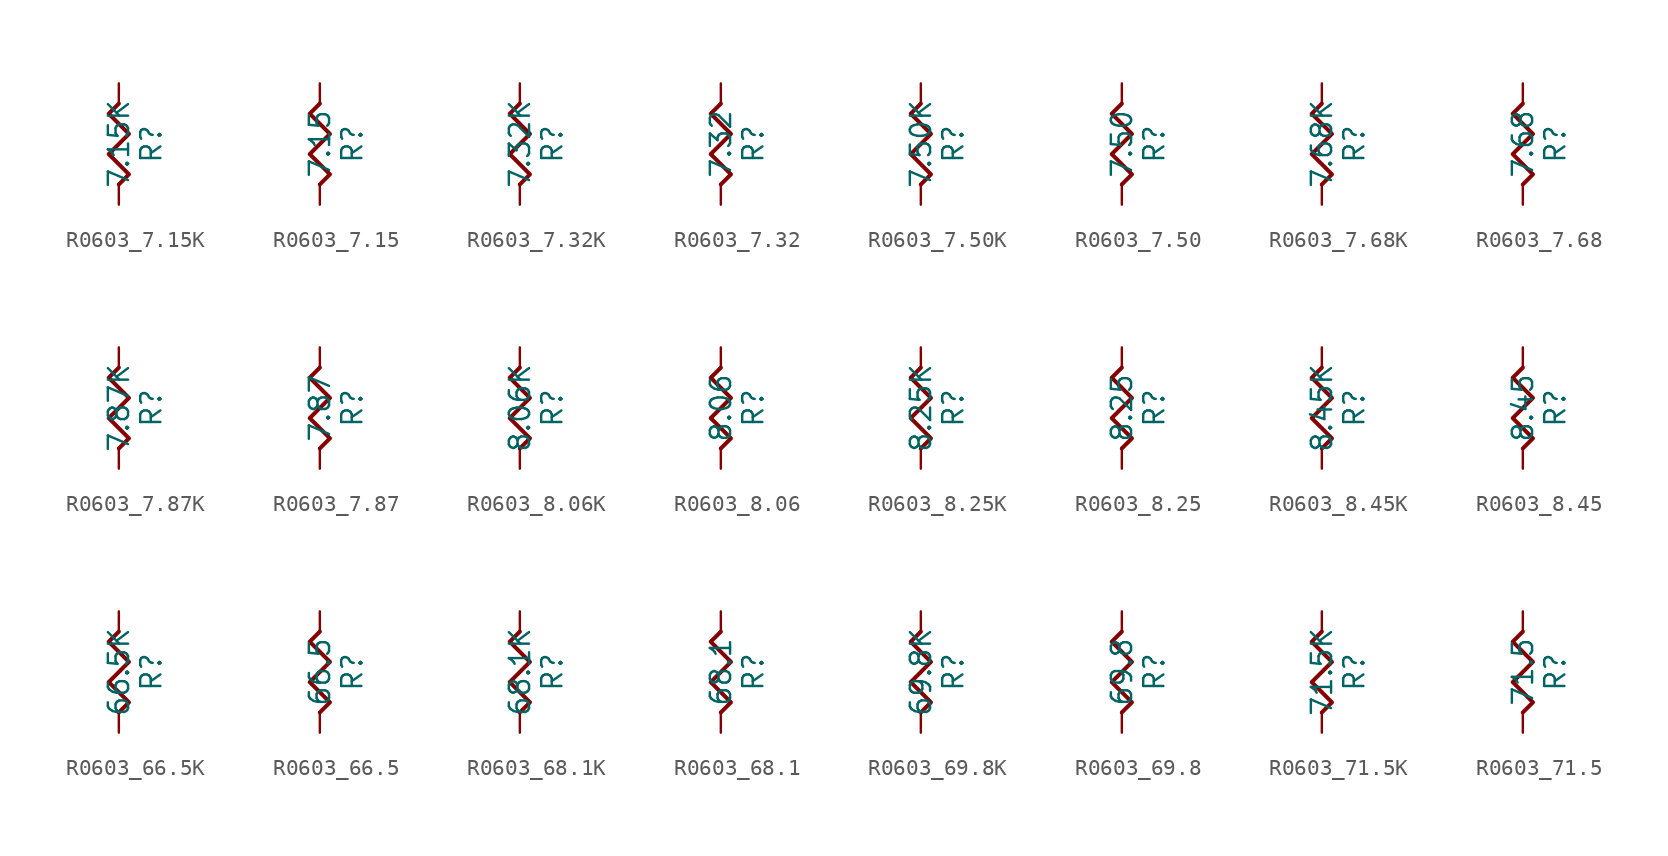
<source format=kicad_sym>
(kicad_symbol_lib
  (version 20211014)
  (generator atlantix-eda)
  (symbol "R0603_7.15K"
    (pin_numbers hide)
    (pin_names
      (offset 0))
    (property "Reference" "R"
      (at 2.032 0 90)
      (effects (font (size 1.27 1.27))))
    (property "Value" "7.15K"
      (at 0 0 90)
      (effects (font (size 1.27 1.27))))
    (symbol "R0603_7.15K_0_1"
      (polyline (pts (xy 0 -2.54) (xy 0.635 -1.905) (xy -0.635 -0.635) (xy 0.635 0.635) (xy -0.635 1.905) (xy 0 2.54)) (stroke (width 0.254) (type default) (color 0 0 0 0)) (fill (type none))))
    (symbol "R0603_7.15K_1_1"
      (pin passive line (at 0 3.81 270) (length 1.27) (name "~" (effects (font (size 1.27 1.27)))) (number "1" (effects (font (size 1.27 1.27)))))
      (pin passive line (at 0 -3.81 90) (length 1.27) (name "~" (effects (font (size 1.27 1.27)))) (number "2" (effects (font (size 1.27 1.27)))))))
  (symbol "R0603_7.15"
    (pin_numbers hide)
    (pin_names
      (offset 0))
    (property "Reference" "R"
      (at 2.032 0 90)
      (effects (font (size 1.27 1.27))))
    (property "Value" "7.15"
      (at 0 0 90)
      (effects (font (size 1.27 1.27))))
    (symbol "R0603_7.15_0_1"
      (polyline (pts (xy 0 -2.54) (xy 0.635 -1.905) (xy -0.635 -0.635) (xy 0.635 0.635) (xy -0.635 1.905) (xy 0 2.54)) (stroke (width 0.254) (type default) (color 0 0 0 0)) (fill (type none))))
    (symbol "R0603_7.15_1_1"
      (pin passive line (at 0 3.81 270) (length 1.27) (name "~" (effects (font (size 1.27 1.27)))) (number "1" (effects (font (size 1.27 1.27)))))
      (pin passive line (at 0 -3.81 90) (length 1.27) (name "~" (effects (font (size 1.27 1.27)))) (number "2" (effects (font (size 1.27 1.27)))))))
  (symbol "R0603_7.32K"
    (pin_numbers hide)
    (pin_names
      (offset 0))
    (property "Reference" "R"
      (at 2.032 0 90)
      (effects (font (size 1.27 1.27))))
    (property "Value" "7.32K"
      (at 0 0 90)
      (effects (font (size 1.27 1.27))))
    (symbol "R0603_7.32K_0_1"
      (polyline (pts (xy 0 -2.54) (xy 0.635 -1.905) (xy -0.635 -0.635) (xy 0.635 0.635) (xy -0.635 1.905) (xy 0 2.54)) (stroke (width 0.254) (type default) (color 0 0 0 0)) (fill (type none))))
    (symbol "R0603_7.32K_1_1"
      (pin passive line (at 0 3.81 270) (length 1.27) (name "~" (effects (font (size 1.27 1.27)))) (number "1" (effects (font (size 1.27 1.27)))))
      (pin passive line (at 0 -3.81 90) (length 1.27) (name "~" (effects (font (size 1.27 1.27)))) (number "2" (effects (font (size 1.27 1.27)))))))
  (symbol "R0603_7.32"
    (pin_numbers hide)
    (pin_names
      (offset 0))
    (property "Reference" "R"
      (at 2.032 0 90)
      (effects (font (size 1.27 1.27))))
    (property "Value" "7.32"
      (at 0 0 90)
      (effects (font (size 1.27 1.27))))
    (symbol "R0603_7.32_0_1"
      (polyline (pts (xy 0 -2.54) (xy 0.635 -1.905) (xy -0.635 -0.635) (xy 0.635 0.635) (xy -0.635 1.905) (xy 0 2.54)) (stroke (width 0.254) (type default) (color 0 0 0 0)) (fill (type none))))
    (symbol "R0603_7.32_1_1"
      (pin passive line (at 0 3.81 270) (length 1.27) (name "~" (effects (font (size 1.27 1.27)))) (number "1" (effects (font (size 1.27 1.27)))))
      (pin passive line (at 0 -3.81 90) (length 1.27) (name "~" (effects (font (size 1.27 1.27)))) (number "2" (effects (font (size 1.27 1.27)))))))
  (symbol "R0603_7.50K"
    (pin_numbers hide)
    (pin_names
      (offset 0))
    (property "Reference" "R"
      (at 2.032 0 90)
      (effects (font (size 1.27 1.27))))
    (property "Value" "7.50K"
      (at 0 0 90)
      (effects (font (size 1.27 1.27))))
    (symbol "R0603_7.50K_0_1"
      (polyline (pts (xy 0 -2.54) (xy 0.635 -1.905) (xy -0.635 -0.635) (xy 0.635 0.635) (xy -0.635 1.905) (xy 0 2.54)) (stroke (width 0.254) (type default) (color 0 0 0 0)) (fill (type none))))
    (symbol "R0603_7.50K_1_1"
      (pin passive line (at 0 3.81 270) (length 1.27) (name "~" (effects (font (size 1.27 1.27)))) (number "1" (effects (font (size 1.27 1.27)))))
      (pin passive line (at 0 -3.81 90) (length 1.27) (name "~" (effects (font (size 1.27 1.27)))) (number "2" (effects (font (size 1.27 1.27)))))))
  (symbol "R0603_7.50"
    (pin_numbers hide)
    (pin_names
      (offset 0))
    (property "Reference" "R"
      (at 2.032 0 90)
      (effects (font (size 1.27 1.27))))
    (property "Value" "7.50"
      (at 0 0 90)
      (effects (font (size 1.27 1.27))))
    (symbol "R0603_7.50_0_1"
      (polyline (pts (xy 0 -2.54) (xy 0.635 -1.905) (xy -0.635 -0.635) (xy 0.635 0.635) (xy -0.635 1.905) (xy 0 2.54)) (stroke (width 0.254) (type default) (color 0 0 0 0)) (fill (type none))))
    (symbol "R0603_7.50_1_1"
      (pin passive line (at 0 3.81 270) (length 1.27) (name "~" (effects (font (size 1.27 1.27)))) (number "1" (effects (font (size 1.27 1.27)))))
      (pin passive line (at 0 -3.81 90) (length 1.27) (name "~" (effects (font (size 1.27 1.27)))) (number "2" (effects (font (size 1.27 1.27)))))))
  (symbol "R0603_7.68K"
    (pin_numbers hide)
    (pin_names
      (offset 0))
    (property "Reference" "R"
      (at 2.032 0 90)
      (effects (font (size 1.27 1.27))))
    (property "Value" "7.68K"
      (at 0 0 90)
      (effects (font (size 1.27 1.27))))
    (symbol "R0603_7.68K_0_1"
      (polyline (pts (xy 0 -2.54) (xy 0.635 -1.905) (xy -0.635 -0.635) (xy 0.635 0.635) (xy -0.635 1.905) (xy 0 2.54)) (stroke (width 0.254) (type default) (color 0 0 0 0)) (fill (type none))))
    (symbol "R0603_7.68K_1_1"
      (pin passive line (at 0 3.81 270) (length 1.27) (name "~" (effects (font (size 1.27 1.27)))) (number "1" (effects (font (size 1.27 1.27)))))
      (pin passive line (at 0 -3.81 90) (length 1.27) (name "~" (effects (font (size 1.27 1.27)))) (number "2" (effects (font (size 1.27 1.27)))))))
  (symbol "R0603_7.68"
    (pin_numbers hide)
    (pin_names
      (offset 0))
    (property "Reference" "R"
      (at 2.032 0 90)
      (effects (font (size 1.27 1.27))))
    (property "Value" "7.68"
      (at 0 0 90)
      (effects (font (size 1.27 1.27))))
    (symbol "R0603_7.68_0_1"
      (polyline (pts (xy 0 -2.54) (xy 0.635 -1.905) (xy -0.635 -0.635) (xy 0.635 0.635) (xy -0.635 1.905) (xy 0 2.54)) (stroke (width 0.254) (type default) (color 0 0 0 0)) (fill (type none))))
    (symbol "R0603_7.68_1_1"
      (pin passive line (at 0 3.81 270) (length 1.27) (name "~" (effects (font (size 1.27 1.27)))) (number "1" (effects (font (size 1.27 1.27)))))
      (pin passive line (at 0 -3.81 90) (length 1.27) (name "~" (effects (font (size 1.27 1.27)))) (number "2" (effects (font (size 1.27 1.27)))))))
  (symbol "R0603_7.87K"
    (pin_numbers hide)
    (pin_names
      (offset 0))
    (property "Reference" "R"
      (at 2.032 0 90)
      (effects (font (size 1.27 1.27))))
    (property "Value" "7.87K"
      (at 0 0 90)
      (effects (font (size 1.27 1.27))))
    (symbol "R0603_7.87K_0_1"
      (polyline (pts (xy 0 -2.54) (xy 0.635 -1.905) (xy -0.635 -0.635) (xy 0.635 0.635) (xy -0.635 1.905) (xy 0 2.54)) (stroke (width 0.254) (type default) (color 0 0 0 0)) (fill (type none))))
    (symbol "R0603_7.87K_1_1"
      (pin passive line (at 0 3.81 270) (length 1.27) (name "~" (effects (font (size 1.27 1.27)))) (number "1" (effects (font (size 1.27 1.27)))))
      (pin passive line (at 0 -3.81 90) (length 1.27) (name "~" (effects (font (size 1.27 1.27)))) (number "2" (effects (font (size 1.27 1.27)))))))
  (symbol "R0603_7.87"
    (pin_numbers hide)
    (pin_names
      (offset 0))
    (property "Reference" "R"
      (at 2.032 0 90)
      (effects (font (size 1.27 1.27))))
    (property "Value" "7.87"
      (at 0 0 90)
      (effects (font (size 1.27 1.27))))
    (symbol "R0603_7.87_0_1"
      (polyline (pts (xy 0 -2.54) (xy 0.635 -1.905) (xy -0.635 -0.635) (xy 0.635 0.635) (xy -0.635 1.905) (xy 0 2.54)) (stroke (width 0.254) (type default) (color 0 0 0 0)) (fill (type none))))
    (symbol "R0603_7.87_1_1"
      (pin passive line (at 0 3.81 270) (length 1.27) (name "~" (effects (font (size 1.27 1.27)))) (number "1" (effects (font (size 1.27 1.27)))))
      (pin passive line (at 0 -3.81 90) (length 1.27) (name "~" (effects (font (size 1.27 1.27)))) (number "2" (effects (font (size 1.27 1.27)))))))
  (symbol "R0603_8.06K"
    (pin_numbers hide)
    (pin_names
      (offset 0))
    (property "Reference" "R"
      (at 2.032 0 90)
      (effects (font (size 1.27 1.27))))
    (property "Value" "8.06K"
      (at 0 0 90)
      (effects (font (size 1.27 1.27))))
    (symbol "R0603_8.06K_0_1"
      (polyline (pts (xy 0 -2.54) (xy 0.635 -1.905) (xy -0.635 -0.635) (xy 0.635 0.635) (xy -0.635 1.905) (xy 0 2.54)) (stroke (width 0.254) (type default) (color 0 0 0 0)) (fill (type none))))
    (symbol "R0603_8.06K_1_1"
      (pin passive line (at 0 3.81 270) (length 1.27) (name "~" (effects (font (size 1.27 1.27)))) (number "1" (effects (font (size 1.27 1.27)))))
      (pin passive line (at 0 -3.81 90) (length 1.27) (name "~" (effects (font (size 1.27 1.27)))) (number "2" (effects (font (size 1.27 1.27)))))))
  (symbol "R0603_8.06"
    (pin_numbers hide)
    (pin_names
      (offset 0))
    (property "Reference" "R"
      (at 2.032 0 90)
      (effects (font (size 1.27 1.27))))
    (property "Value" "8.06"
      (at 0 0 90)
      (effects (font (size 1.27 1.27))))
    (symbol "R0603_8.06_0_1"
      (polyline (pts (xy 0 -2.54) (xy 0.635 -1.905) (xy -0.635 -0.635) (xy 0.635 0.635) (xy -0.635 1.905) (xy 0 2.54)) (stroke (width 0.254) (type default) (color 0 0 0 0)) (fill (type none))))
    (symbol "R0603_8.06_1_1"
      (pin passive line (at 0 3.81 270) (length 1.27) (name "~" (effects (font (size 1.27 1.27)))) (number "1" (effects (font (size 1.27 1.27)))))
      (pin passive line (at 0 -3.81 90) (length 1.27) (name "~" (effects (font (size 1.27 1.27)))) (number "2" (effects (font (size 1.27 1.27)))))))
  (symbol "R0603_8.25K"
    (pin_numbers hide)
    (pin_names
      (offset 0))
    (property "Reference" "R"
      (at 2.032 0 90)
      (effects (font (size 1.27 1.27))))
    (property "Value" "8.25K"
      (at 0 0 90)
      (effects (font (size 1.27 1.27))))
    (symbol "R0603_8.25K_0_1"
      (polyline (pts (xy 0 -2.54) (xy 0.635 -1.905) (xy -0.635 -0.635) (xy 0.635 0.635) (xy -0.635 1.905) (xy 0 2.54)) (stroke (width 0.254) (type default) (color 0 0 0 0)) (fill (type none))))
    (symbol "R0603_8.25K_1_1"
      (pin passive line (at 0 3.81 270) (length 1.27) (name "~" (effects (font (size 1.27 1.27)))) (number "1" (effects (font (size 1.27 1.27)))))
      (pin passive line (at 0 -3.81 90) (length 1.27) (name "~" (effects (font (size 1.27 1.27)))) (number "2" (effects (font (size 1.27 1.27)))))))
  (symbol "R0603_8.25"
    (pin_numbers hide)
    (pin_names
      (offset 0))
    (property "Reference" "R"
      (at 2.032 0 90)
      (effects (font (size 1.27 1.27))))
    (property "Value" "8.25"
      (at 0 0 90)
      (effects (font (size 1.27 1.27))))
    (symbol "R0603_8.25_0_1"
      (polyline (pts (xy 0 -2.54) (xy 0.635 -1.905) (xy -0.635 -0.635) (xy 0.635 0.635) (xy -0.635 1.905) (xy 0 2.54)) (stroke (width 0.254) (type default) (color 0 0 0 0)) (fill (type none))))
    (symbol "R0603_8.25_1_1"
      (pin passive line (at 0 3.81 270) (length 1.27) (name "~" (effects (font (size 1.27 1.27)))) (number "1" (effects (font (size 1.27 1.27)))))
      (pin passive line (at 0 -3.81 90) (length 1.27) (name "~" (effects (font (size 1.27 1.27)))) (number "2" (effects (font (size 1.27 1.27)))))))
  (symbol "R0603_8.45K"
    (pin_numbers hide)
    (pin_names
      (offset 0))
    (property "Reference" "R"
      (at 2.032 0 90)
      (effects (font (size 1.27 1.27))))
    (property "Value" "8.45K"
      (at 0 0 90)
      (effects (font (size 1.27 1.27))))
    (symbol "R0603_8.45K_0_1"
      (polyline (pts (xy 0 -2.54) (xy 0.635 -1.905) (xy -0.635 -0.635) (xy 0.635 0.635) (xy -0.635 1.905) (xy 0 2.54)) (stroke (width 0.254) (type default) (color 0 0 0 0)) (fill (type none))))
    (symbol "R0603_8.45K_1_1"
      (pin passive line (at 0 3.81 270) (length 1.27) (name "~" (effects (font (size 1.27 1.27)))) (number "1" (effects (font (size 1.27 1.27)))))
      (pin passive line (at 0 -3.81 90) (length 1.27) (name "~" (effects (font (size 1.27 1.27)))) (number "2" (effects (font (size 1.27 1.27)))))))
  (symbol "R0603_8.45"
    (pin_numbers hide)
    (pin_names
      (offset 0))
    (property "Reference" "R"
      (at 2.032 0 90)
      (effects (font (size 1.27 1.27))))
    (property "Value" "8.45"
      (at 0 0 90)
      (effects (font (size 1.27 1.27))))
    (symbol "R0603_8.45_0_1"
      (polyline (pts (xy 0 -2.54) (xy 0.635 -1.905) (xy -0.635 -0.635) (xy 0.635 0.635) (xy -0.635 1.905) (xy 0 2.54)) (stroke (width 0.254) (type default) (color 0 0 0 0)) (fill (type none))))
    (symbol "R0603_8.45_1_1"
      (pin passive line (at 0 3.81 270) (length 1.27) (name "~" (effects (font (size 1.27 1.27)))) (number "1" (effects (font (size 1.27 1.27)))))
      (pin passive line (at 0 -3.81 90) (length 1.27) (name "~" (effects (font (size 1.27 1.27)))) (number "2" (effects (font (size 1.27 1.27)))))))
  (symbol "R0603_66.5K"
    (pin_numbers hide)
    (pin_names
      (offset 0))
    (property "Reference" "R"
      (at 2.032 0 90)
      (effects (font (size 1.27 1.27))))
    (property "Value" "66.5K"
      (at 0 0 90)
      (effects (font (size 1.27 1.27))))
    (symbol "R0603_66.5K_0_1"
      (polyline (pts (xy 0 -2.54) (xy 0.635 -1.905) (xy -0.635 -0.635) (xy 0.635 0.635) (xy -0.635 1.905) (xy 0 2.54)) (stroke (width 0.254) (type default) (color 0 0 0 0)) (fill (type none))))
    (symbol "R0603_66.5K_1_1"
      (pin passive line (at 0 3.81 270) (length 1.27) (name "~" (effects (font (size 1.27 1.27)))) (number "1" (effects (font (size 1.27 1.27)))))
      (pin passive line (at 0 -3.81 90) (length 1.27) (name "~" (effects (font (size 1.27 1.27)))) (number "2" (effects (font (size 1.27 1.27)))))))
  (symbol "R0603_66.5"
    (pin_numbers hide)
    (pin_names
      (offset 0))
    (property "Reference" "R"
      (at 2.032 0 90)
      (effects (font (size 1.27 1.27))))
    (property "Value" "66.5"
      (at 0 0 90)
      (effects (font (size 1.27 1.27))))
    (symbol "R0603_66.5_0_1"
      (polyline (pts (xy 0 -2.54) (xy 0.635 -1.905) (xy -0.635 -0.635) (xy 0.635 0.635) (xy -0.635 1.905) (xy 0 2.54)) (stroke (width 0.254) (type default) (color 0 0 0 0)) (fill (type none))))
    (symbol "R0603_66.5_1_1"
      (pin passive line (at 0 3.81 270) (length 1.27) (name "~" (effects (font (size 1.27 1.27)))) (number "1" (effects (font (size 1.27 1.27)))))
      (pin passive line (at 0 -3.81 90) (length 1.27) (name "~" (effects (font (size 1.27 1.27)))) (number "2" (effects (font (size 1.27 1.27)))))))
  (symbol "R0603_68.1K"
    (pin_numbers hide)
    (pin_names
      (offset 0))
    (property "Reference" "R"
      (at 2.032 0 90)
      (effects (font (size 1.27 1.27))))
    (property "Value" "68.1K"
      (at 0 0 90)
      (effects (font (size 1.27 1.27))))
    (symbol "R0603_68.1K_0_1"
      (polyline (pts (xy 0 -2.54) (xy 0.635 -1.905) (xy -0.635 -0.635) (xy 0.635 0.635) (xy -0.635 1.905) (xy 0 2.54)) (stroke (width 0.254) (type default) (color 0 0 0 0)) (fill (type none))))
    (symbol "R0603_68.1K_1_1"
      (pin passive line (at 0 3.81 270) (length 1.27) (name "~" (effects (font (size 1.27 1.27)))) (number "1" (effects (font (size 1.27 1.27)))))
      (pin passive line (at 0 -3.81 90) (length 1.27) (name "~" (effects (font (size 1.27 1.27)))) (number "2" (effects (font (size 1.27 1.27)))))))
  (symbol "R0603_68.1"
    (pin_numbers hide)
    (pin_names
      (offset 0))
    (property "Reference" "R"
      (at 2.032 0 90)
      (effects (font (size 1.27 1.27))))
    (property "Value" "68.1"
      (at 0 0 90)
      (effects (font (size 1.27 1.27))))
    (symbol "R0603_68.1_0_1"
      (polyline (pts (xy 0 -2.54) (xy 0.635 -1.905) (xy -0.635 -0.635) (xy 0.635 0.635) (xy -0.635 1.905) (xy 0 2.54)) (stroke (width 0.254) (type default) (color 0 0 0 0)) (fill (type none))))
    (symbol "R0603_68.1_1_1"
      (pin passive line (at 0 3.81 270) (length 1.27) (name "~" (effects (font (size 1.27 1.27)))) (number "1" (effects (font (size 1.27 1.27)))))
      (pin passive line (at 0 -3.81 90) (length 1.27) (name "~" (effects (font (size 1.27 1.27)))) (number "2" (effects (font (size 1.27 1.27)))))))
  (symbol "R0603_69.8K"
    (pin_numbers hide)
    (pin_names
      (offset 0))
    (property "Reference" "R"
      (at 2.032 0 90)
      (effects (font (size 1.27 1.27))))
    (property "Value" "69.8K"
      (at 0 0 90)
      (effects (font (size 1.27 1.27))))
    (symbol "R0603_69.8K_0_1"
      (polyline (pts (xy 0 -2.54) (xy 0.635 -1.905) (xy -0.635 -0.635) (xy 0.635 0.635) (xy -0.635 1.905) (xy 0 2.54)) (stroke (width 0.254) (type default) (color 0 0 0 0)) (fill (type none))))
    (symbol "R0603_69.8K_1_1"
      (pin passive line (at 0 3.81 270) (length 1.27) (name "~" (effects (font (size 1.27 1.27)))) (number "1" (effects (font (size 1.27 1.27)))))
      (pin passive line (at 0 -3.81 90) (length 1.27) (name "~" (effects (font (size 1.27 1.27)))) (number "2" (effects (font (size 1.27 1.27)))))))
  (symbol "R0603_69.8"
    (pin_numbers hide)
    (pin_names
      (offset 0))
    (property "Reference" "R"
      (at 2.032 0 90)
      (effects (font (size 1.27 1.27))))
    (property "Value" "69.8"
      (at 0 0 90)
      (effects (font (size 1.27 1.27))))
    (symbol "R0603_69.8_0_1"
      (polyline (pts (xy 0 -2.54) (xy 0.635 -1.905) (xy -0.635 -0.635) (xy 0.635 0.635) (xy -0.635 1.905) (xy 0 2.54)) (stroke (width 0.254) (type default) (color 0 0 0 0)) (fill (type none))))
    (symbol "R0603_69.8_1_1"
      (pin passive line (at 0 3.81 270) (length 1.27) (name "~" (effects (font (size 1.27 1.27)))) (number "1" (effects (font (size 1.27 1.27)))))
      (pin passive line (at 0 -3.81 90) (length 1.27) (name "~" (effects (font (size 1.27 1.27)))) (number "2" (effects (font (size 1.27 1.27)))))))
  (symbol "R0603_71.5K"
    (pin_numbers hide)
    (pin_names
      (offset 0))
    (property "Reference" "R"
      (at 2.032 0 90)
      (effects (font (size 1.27 1.27))))
    (property "Value" "71.5K"
      (at 0 0 90)
      (effects (font (size 1.27 1.27))))
    (symbol "R0603_71.5K_0_1"
      (polyline (pts (xy 0 -2.54) (xy 0.635 -1.905) (xy -0.635 -0.635) (xy 0.635 0.635) (xy -0.635 1.905) (xy 0 2.54)) (stroke (width 0.254) (type default) (color 0 0 0 0)) (fill (type none))))
    (symbol "R0603_71.5K_1_1"
      (pin passive line (at 0 3.81 270) (length 1.27) (name "~" (effects (font (size 1.27 1.27)))) (number "1" (effects (font (size 1.27 1.27)))))
      (pin passive line (at 0 -3.81 90) (length 1.27) (name "~" (effects (font (size 1.27 1.27)))) (number "2" (effects (font (size 1.27 1.27)))))))
  (symbol "R0603_71.5"
    (pin_numbers hide)
    (pin_names
      (offset 0))
    (property "Reference" "R"
      (at 2.032 0 90)
      (effects (font (size 1.27 1.27))))
    (property "Value" "71.5"
      (at 0 0 90)
      (effects (font (size 1.27 1.27))))
    (symbol "R0603_71.5_0_1"
      (polyline (pts (xy 0 -2.54) (xy 0.635 -1.905) (xy -0.635 -0.635) (xy 0.635 0.635) (xy -0.635 1.905) (xy 0 2.54)) (stroke (width 0.254) (type default) (color 0 0 0 0)) (fill (type none))))
    (symbol "R0603_71.5_1_1"
      (pin passive line (at 0 3.81 270) (length 1.27) (name "~" (effects (font (size 1.27 1.27)))) (number "1" (effects (font (size 1.27 1.27)))))
      (pin passive line (at 0 -3.81 90) (length 1.27) (name "~" (effects (font (size 1.27 1.27)))) (number "2" (effects (font (size 1.27 1.27))))))))
</source>
